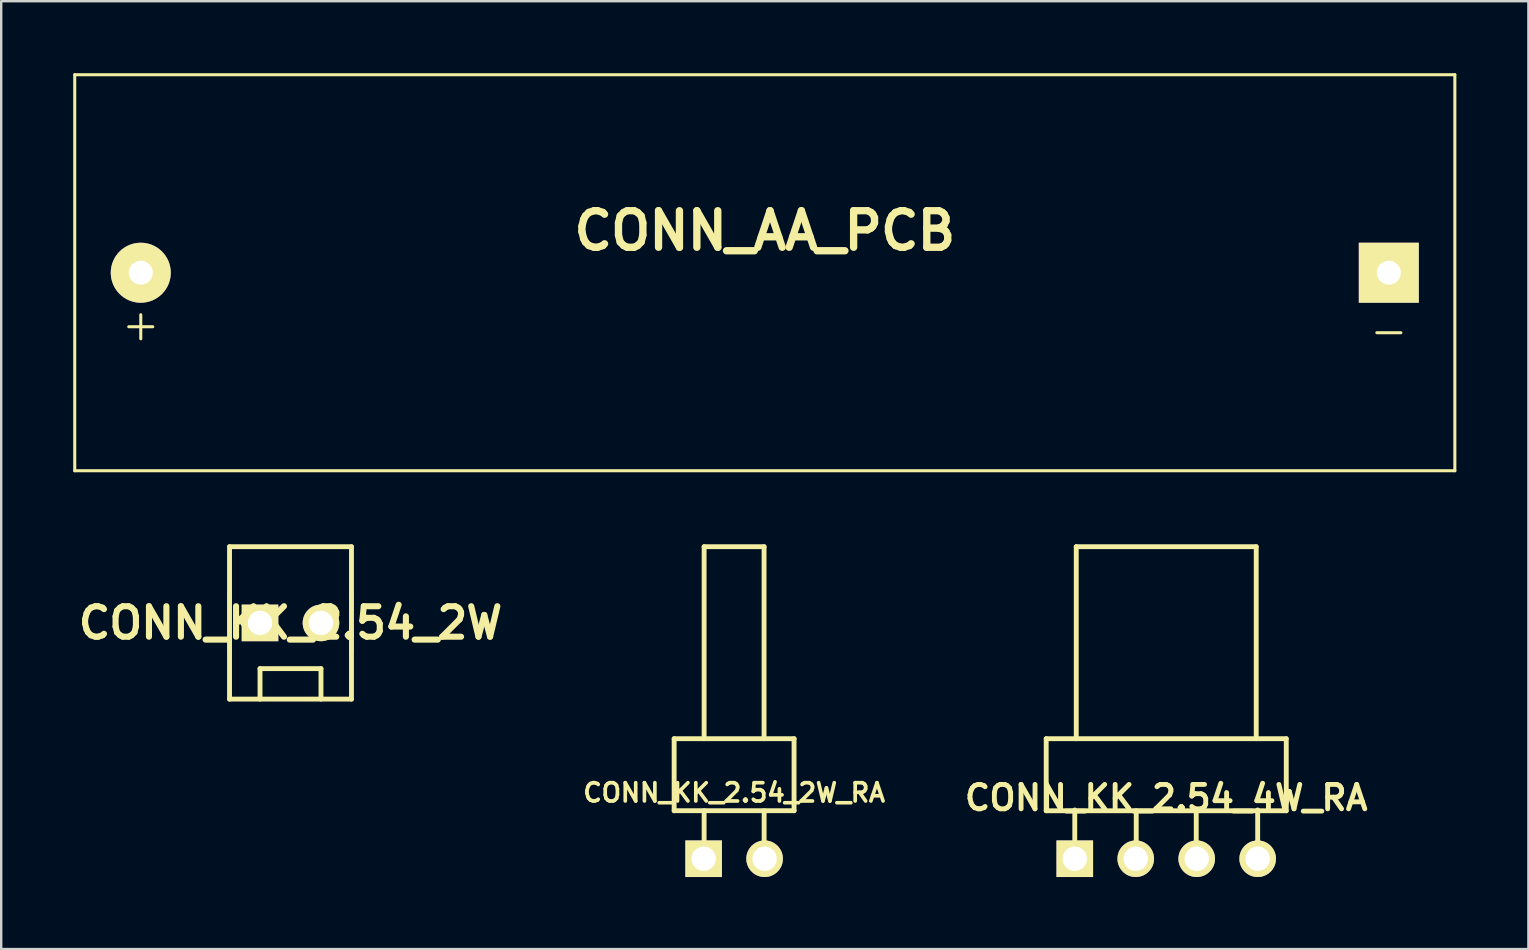
<source format=kicad_pcb>
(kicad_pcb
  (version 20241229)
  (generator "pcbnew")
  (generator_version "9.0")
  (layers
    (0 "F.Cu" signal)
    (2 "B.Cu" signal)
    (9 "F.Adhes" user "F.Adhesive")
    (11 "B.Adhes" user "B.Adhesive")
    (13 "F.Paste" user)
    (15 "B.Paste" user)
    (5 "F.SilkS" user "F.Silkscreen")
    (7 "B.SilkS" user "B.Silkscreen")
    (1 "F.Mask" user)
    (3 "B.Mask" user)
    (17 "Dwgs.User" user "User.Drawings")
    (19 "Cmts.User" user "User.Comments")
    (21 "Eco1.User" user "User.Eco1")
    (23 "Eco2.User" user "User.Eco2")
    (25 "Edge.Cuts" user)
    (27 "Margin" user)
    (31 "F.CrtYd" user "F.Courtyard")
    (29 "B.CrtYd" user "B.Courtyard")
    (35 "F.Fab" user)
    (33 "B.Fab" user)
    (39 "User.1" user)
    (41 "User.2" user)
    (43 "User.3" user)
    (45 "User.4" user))
  (footprint "CONN_KK_2.54_2W_RA"
    (layer "F.Cu")
    (at 27.536 32.728)
    (property "Reference" "CONN_KK_2.54_2W_RA" (at 0 -2.751 0) (layer "F.SilkS") (effects (font (size 0.762 0.762) (thickness 0.152))))
    (attr through_hole)
    (fp_line (start -2.499 -2.002) (end 2.499 -2.002) (stroke (width 0.203) (type solid)) (layer "F.SilkS"))
    (fp_line (start -2.499 -1.999) (end -2.499 -5.001) (stroke (width 0.203) (type solid)) (layer "F.SilkS"))
    (fp_line (start -1.25 -13) (end -1.25 -5.001) (stroke (width 0.203) (type solid)) (layer "F.SilkS"))
    (fp_line (start -1.25 -13) (end 1.25 -13) (stroke (width 0.203) (type solid)) (layer "F.SilkS"))
    (fp_line (start -1.25 -0.003) (end -1.25 -2.002) (stroke (width 0.203) (type solid)) (layer "F.SilkS"))
    (fp_line (start 1.247 -5.001) (end 1.247 -13) (stroke (width 0.203) (type solid)) (layer "F.SilkS"))
    (fp_line (start 1.25 0) (end 1.25 -1.999) (stroke (width 0.203) (type solid)) (layer "F.SilkS"))
    (fp_line (start 2.497 -5.001) (end 2.497 -1.999) (stroke (width 0.203) (type solid)) (layer "F.SilkS"))
    (fp_line (start 2.499 -5.001) (end -2.499 -5.001) (stroke (width 0.203) (type solid)) (layer "F.SilkS"))
    (pad "1" thru_hole rect (at -1.27 0) (size 1.524 1.524) (drill 1.016) (layers "*.Cu" "*.Mask" "F.SilkS"))
    (pad "2" thru_hole circle (at 1.27 0) (size 1.524 1.524) (drill 1.016) (layers "*.Cu" "*.Mask" "F.SilkS")))
  (footprint "CONN_AA_PCB"
    (layer "F.Cu")
    (at 28.814 8.313)
    (property "Reference" "CONN_AA_PCB" (at 0 -1.75 0) (layer "F.SilkS") (effects (font (size 1.524 1.524) (thickness 0.305))))
    (attr through_hole)
    (fp_line (start -28.75 -8.25) (end -28.75 8.25) (stroke (width 0.127) (type solid)) (layer "F.SilkS"))
    (fp_line (start -28.75 -8.25) (end 28.75 -8.25) (stroke (width 0.127) (type solid)) (layer "F.SilkS"))
    (fp_line (start -28.75 8.25) (end 28.75 8.25) (stroke (width 0.127) (type solid)) (layer "F.SilkS"))
    (fp_line (start -25.999 2.751) (end -25.999 1.75) (stroke (width 0.127) (type solid)) (layer "F.SilkS"))
    (fp_line (start -25.499 2.25) (end -26.5 2.25) (stroke (width 0.127) (type solid)) (layer "F.SilkS"))
    (fp_line (start 25.499 2.499) (end 26.5 2.499) (stroke (width 0.127) (type solid)) (layer "F.SilkS"))
    (fp_line (start 28.75 8.25) (end 28.75 -8.25) (stroke (width 0.127) (type solid)) (layer "F.SilkS"))
    (pad "1" thru_hole circle (at -25.999 0) (size 2.499 2.499) (drill 1.001) (layers "*.Cu" "*.Mask" "F.SilkS"))
    (pad "2" thru_hole rect (at 25.999 0) (size 2.499 2.499) (drill 1.001) (layers "*.Cu" "*.Mask" "F.SilkS")))
  (footprint "CONN_KK_2.54_4W_RA"
    (layer "F.Cu")
    (at 45.539 32.728)
    (property "Reference" "CONN_KK_2.54_4W_RA" (at 0 -2.54 0) (layer "F.SilkS") (effects (font (size 1.016 1.016) (thickness 0.203))))
    (attr through_hole)
    (fp_line (start -5.001 -5.001) (end -5.001 -1.999) (stroke (width 0.203) (type solid)) (layer "F.SilkS"))
    (fp_line (start -5.001 -1.999) (end 5.001 -1.999) (stroke (width 0.203) (type solid)) (layer "F.SilkS"))
    (fp_line (start -3.81 0) (end -3.81 -2.032) (stroke (width 0.203) (type solid)) (layer "F.SilkS"))
    (fp_line (start -3.749 -5.001) (end -3.749 -13) (stroke (width 0.203) (type solid)) (layer "F.SilkS"))
    (fp_line (start -1.25 0) (end -1.25 -1.999) (stroke (width 0.203) (type solid)) (layer "F.SilkS"))
    (fp_line (start 1.25 0) (end 1.25 -1.999) (stroke (width 0.203) (type solid)) (layer "F.SilkS"))
    (fp_line (start 3.749 -13) (end -3.749 -13) (stroke (width 0.203) (type solid)) (layer "F.SilkS"))
    (fp_line (start 3.749 -13) (end 3.749 -5.001) (stroke (width 0.203) (type solid)) (layer "F.SilkS"))
    (fp_line (start 3.81 0) (end 3.81 -2.032) (stroke (width 0.203) (type solid)) (layer "F.SilkS"))
    (fp_line (start 5.001 -5.001) (end -5.001 -5.001) (stroke (width 0.203) (type solid)) (layer "F.SilkS"))
    (fp_line (start 5.001 -1.999) (end 5.001 -5.001) (stroke (width 0.203) (type solid)) (layer "F.SilkS"))
    (pad "1" thru_hole rect (at -3.81 0) (size 1.524 1.524) (drill 1.016) (layers "*.Cu" "*.Mask" "F.SilkS"))
    (pad "2" thru_hole circle (at -1.27 0) (size 1.524 1.524) (drill 1.016) (layers "*.Cu" "*.Mask" "F.SilkS"))
    (pad "3" thru_hole circle (at 1.27 0) (size 1.524 1.524) (drill 1.016) (layers "*.Cu" "*.Mask" "F.SilkS"))
    (pad "4" thru_hole circle (at 3.81 0) (size 1.524 1.524) (drill 1.016) (layers "*.Cu" "*.Mask" "F.SilkS")))
  (footprint "CONN_KK_2.54_2W"
    (layer "F.Cu")
    (at 9.053 22.903)
    (property "Reference" "CONN_KK_2.54_2W" (at 0 0 0) (layer "F.SilkS") (effects (font (size 1.27 1.27) (thickness 0.254))))
    (attr through_hole)
    (fp_line (start -2.54 -3.175) (end -2.54 3.175) (stroke (width 0.203) (type solid)) (layer "F.SilkS"))
    (fp_line (start -2.54 1.27) (end -2.54 -1.27) (stroke (width 0.152) (type solid)) (layer "F.SilkS"))
    (fp_line (start -2.54 3.175) (end 2.54 3.175) (stroke (width 0.203) (type solid)) (layer "F.SilkS"))
    (fp_line (start -1.27 1.905) (end 1.27 1.905) (stroke (width 0.203) (type solid)) (layer "F.SilkS"))
    (fp_line (start -1.27 3.175) (end -1.27 1.905) (stroke (width 0.203) (type solid)) (layer "F.SilkS"))
    (fp_line (start 1.27 1.905) (end 1.27 3.175) (stroke (width 0.203) (type solid)) (layer "F.SilkS"))
    (fp_line (start 2.54 -3.175) (end -2.54 -3.175) (stroke (width 0.203) (type solid)) (layer "F.SilkS"))
    (fp_line (start 2.54 -1.27) (end 2.54 1.27) (stroke (width 0.152) (type solid)) (layer "F.SilkS"))
    (fp_line (start 2.54 3.175) (end 2.54 -3.175) (stroke (width 0.203) (type solid)) (layer "F.SilkS"))
    (pad "1" thru_hole rect (at -1.27 0) (size 1.524 1.524) (drill 1.016) (layers "*.Cu" "*.Mask" "F.SilkS"))
    (pad "2" thru_hole circle (at 1.27 0) (size 1.524 1.524) (drill 1.016) (layers "*.Cu" "*.Mask" "F.SilkS")))
  (gr_rect
    (start -3 -3)
    (end 60.628 36.49)
    (stroke (width 0.1) (type default))
    (fill no)
    (layer "Edge.Cuts")))
</source>
